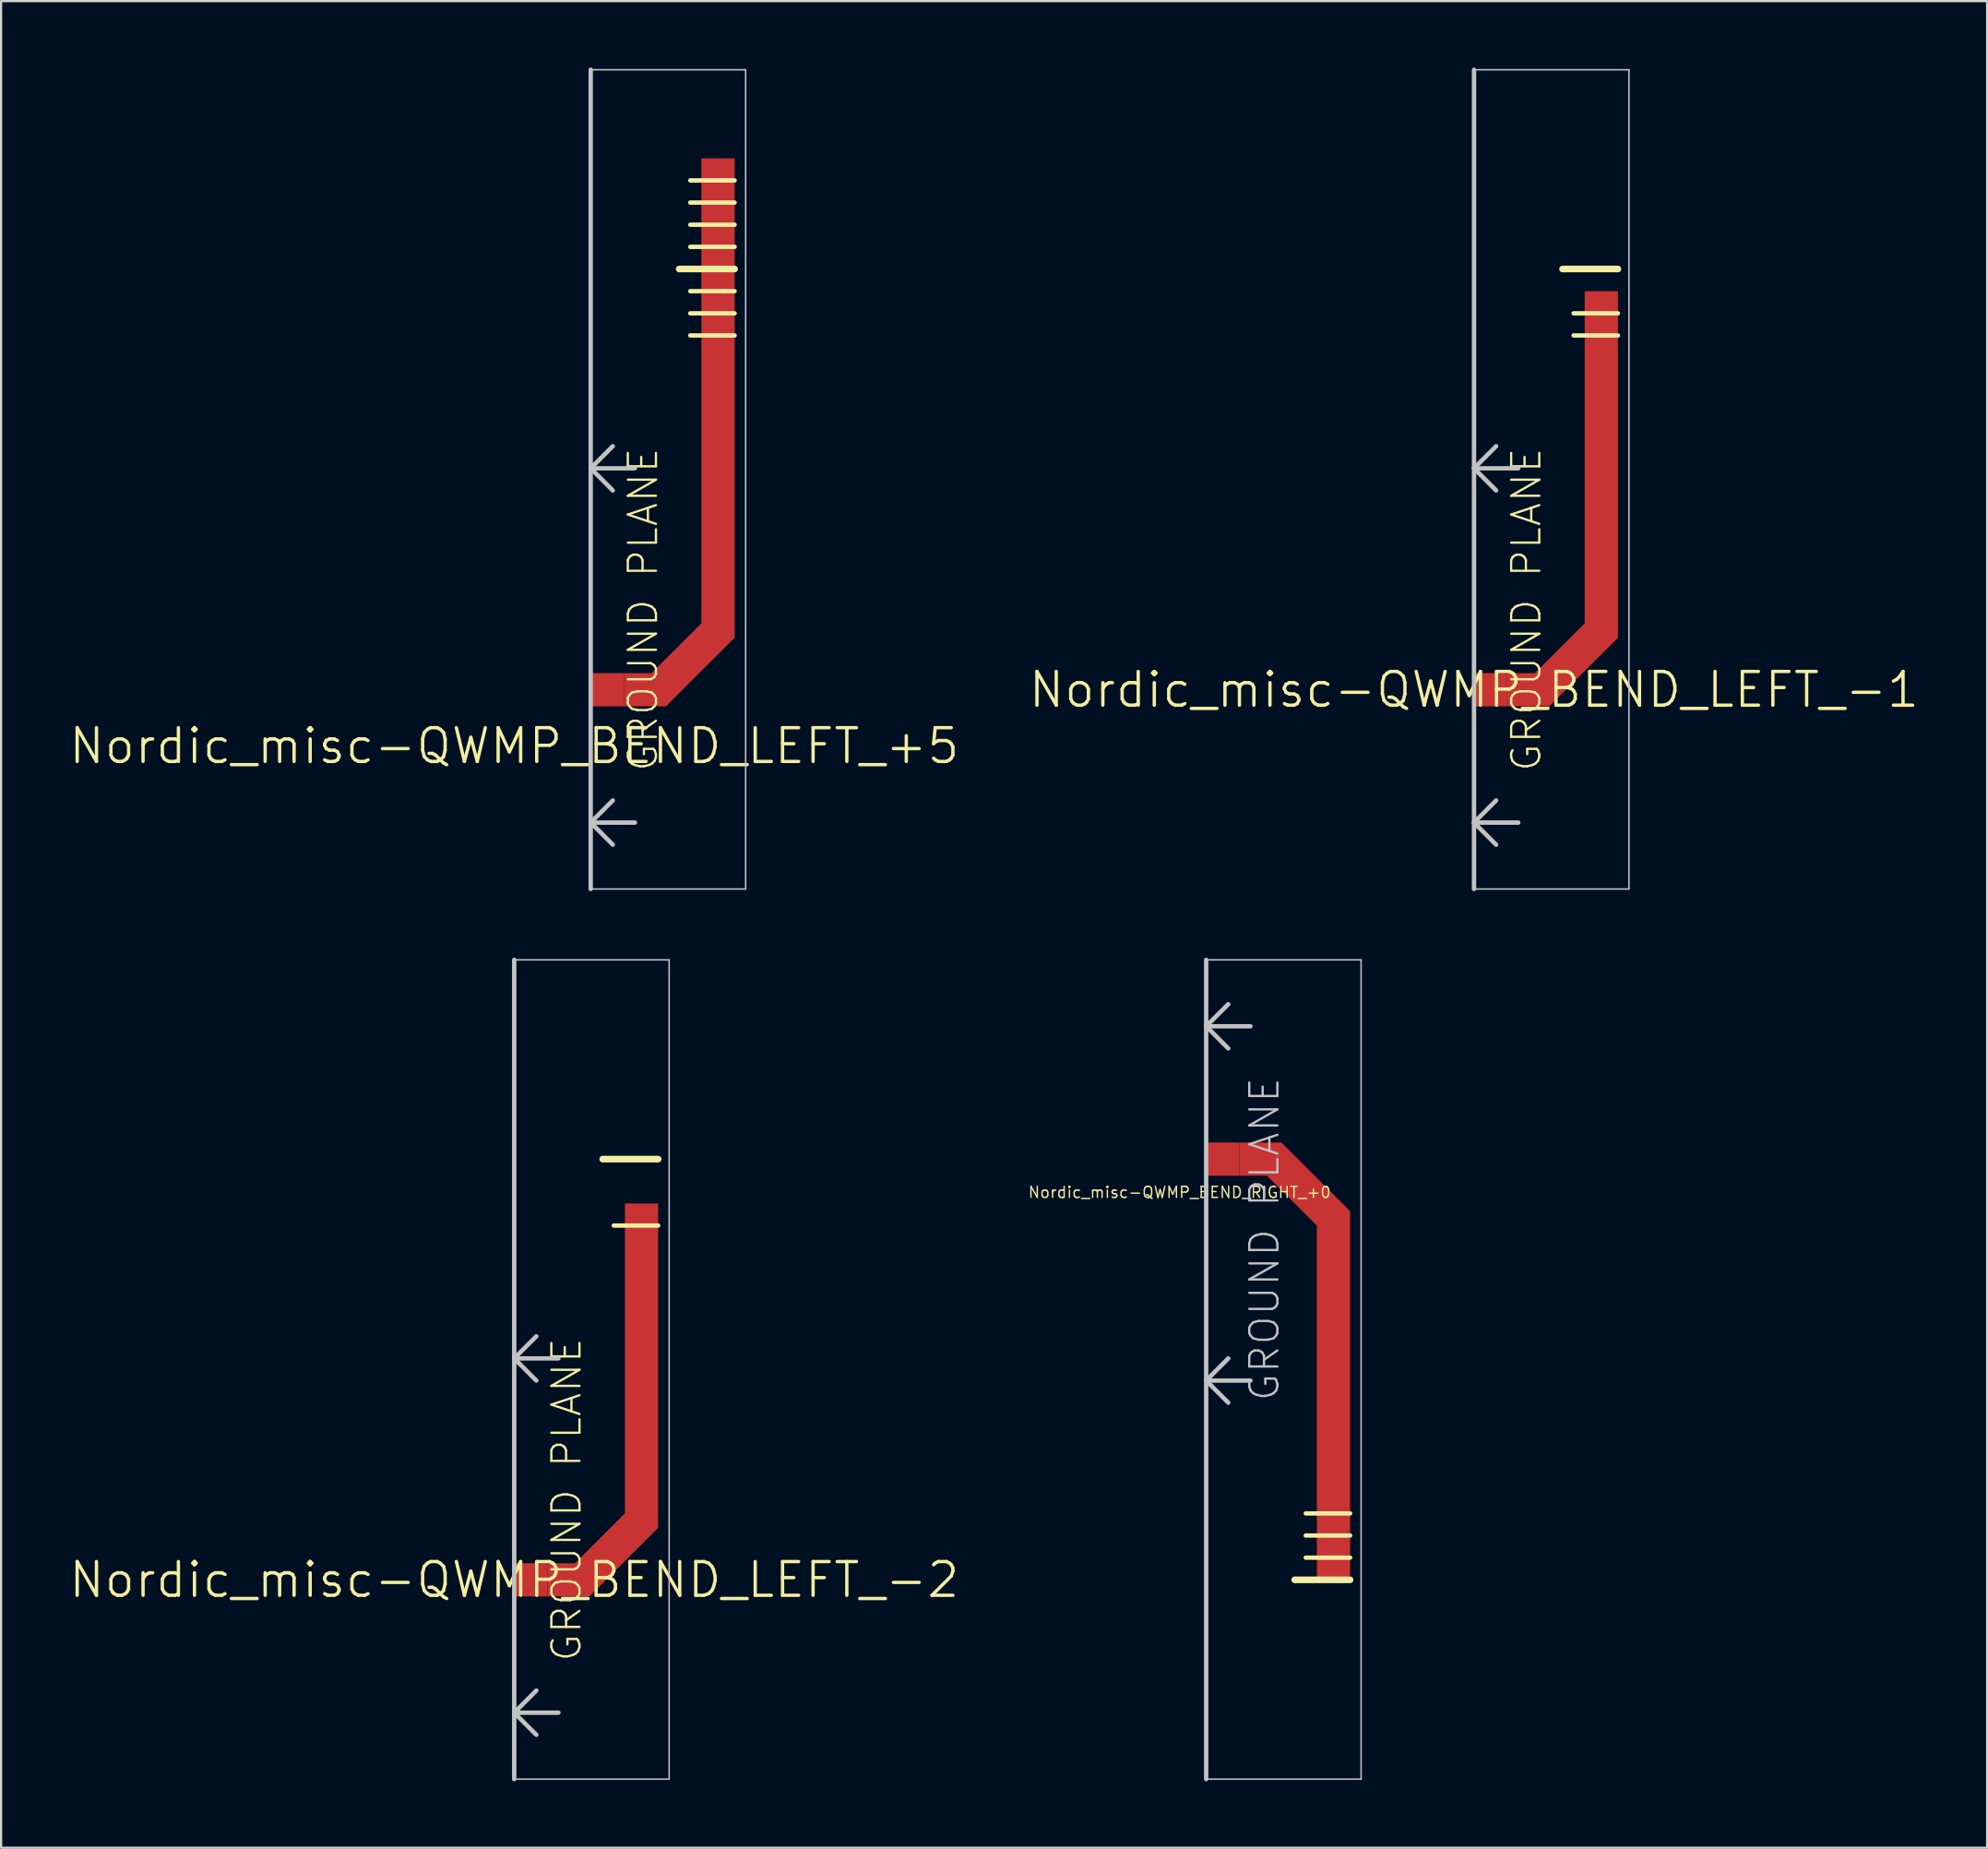
<source format=kicad_pcb>
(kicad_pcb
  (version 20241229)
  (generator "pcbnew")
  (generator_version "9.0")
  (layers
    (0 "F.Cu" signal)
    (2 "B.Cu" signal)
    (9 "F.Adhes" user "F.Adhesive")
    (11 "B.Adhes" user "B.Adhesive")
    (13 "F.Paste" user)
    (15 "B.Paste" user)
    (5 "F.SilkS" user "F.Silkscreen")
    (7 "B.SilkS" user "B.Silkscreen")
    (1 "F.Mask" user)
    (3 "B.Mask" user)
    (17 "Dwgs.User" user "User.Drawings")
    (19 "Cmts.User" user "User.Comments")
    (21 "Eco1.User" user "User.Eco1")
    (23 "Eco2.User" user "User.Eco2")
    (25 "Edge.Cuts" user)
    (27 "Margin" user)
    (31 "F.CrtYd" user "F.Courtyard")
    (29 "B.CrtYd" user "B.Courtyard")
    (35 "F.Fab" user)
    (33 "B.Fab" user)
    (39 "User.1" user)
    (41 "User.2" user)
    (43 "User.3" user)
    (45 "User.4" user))
  (footprint "Nordic_misc-QWMP_BEND_LEFT_+5"
    (layer "F.Cu")
    (at 23.629 28.097)
    (property "Reference" "Nordic_misc-QWMP_BEND_LEFT_+5" (at -3.454 2.54 0) (layer "F.SilkS") (effects (font (size 1.524 1.524) (thickness 0.15))))
    (attr smd)
    (fp_poly (pts (xy 1.499 -0.749) (xy 2.748 -0.749) (xy 4.999 -3) (xy 4.999 -23.998) (xy 6.5 -23.998) (xy 6.5 -2.349) (xy 3.399 0.749) (xy 1.499 0.749) (xy 1.499 -0.749)) (stroke (width 0) (type solid)) (fill yes) (layer "F.Cu"))
    (fp_line (start 4.498 -23) (end 6.5 -23) (stroke (width 0.198) (type solid)) (layer "F.SilkS"))
    (fp_line (start 4.498 -21.999) (end 6.5 -21.999) (stroke (width 0.198) (type solid)) (layer "F.SilkS"))
    (fp_line (start 4.498 -20.998) (end 6.5 -20.998) (stroke (width 0.198) (type solid)) (layer "F.SilkS"))
    (fp_line (start 4.498 -20) (end 6.5 -20) (stroke (width 0.198) (type solid)) (layer "F.SilkS"))
    (fp_line (start 4.498 -17.998) (end 6.5 -17.998) (stroke (width 0.198) (type solid)) (layer "F.SilkS"))
    (fp_line (start 4.498 -16.998) (end 6.5 -16.998) (stroke (width 0.198) (type solid)) (layer "F.SilkS"))
    (fp_line (start 4.498 -15.999) (end 6.5 -15.999) (stroke (width 0.198) (type solid)) (layer "F.SilkS"))
    (fp_line (start 6.5 -18.999) (end 3.998 -18.999) (stroke (width 0.3) (type solid)) (layer "F.SilkS"))
    (fp_line (start 0 -27.998) (end 0 -10) (stroke (width 0.198) (type solid)) (layer "Dwgs.User"))
    (fp_line (start 0 -27.998) (end 6.998 -27.998) (stroke (width 0.066) (type solid)) (layer "Dwgs.User"))
    (fp_line (start 0 -10) (end 0 5.999) (stroke (width 0.198) (type solid)) (layer "Dwgs.User"))
    (fp_line (start 0 -10) (end 0.998 -10.998) (stroke (width 0.198) (type solid)) (layer "Dwgs.User"))
    (fp_line (start 0 -10) (end 0.998 -8.999) (stroke (width 0.198) (type solid)) (layer "Dwgs.User"))
    (fp_line (start 0 -10) (end 1.999 -10) (stroke (width 0.198) (type solid)) (layer "Dwgs.User"))
    (fp_line (start 0 5.999) (end 0 8.999) (stroke (width 0.198) (type solid)) (layer "Dwgs.User"))
    (fp_line (start 0 5.999) (end 0.998 4.999) (stroke (width 0.198) (type solid)) (layer "Dwgs.User"))
    (fp_line (start 0 5.999) (end 0.998 6.998) (stroke (width 0.198) (type solid)) (layer "Dwgs.User"))
    (fp_line (start 0 5.999) (end 1.999 5.999) (stroke (width 0.198) (type solid)) (layer "Dwgs.User"))
    (fp_line (start 0 8.999) (end 0 -27.998) (stroke (width 0.066) (type solid)) (layer "Dwgs.User"))
    (fp_line (start 0 8.999) (end 6.998 8.999) (stroke (width 0.066) (type solid)) (layer "Dwgs.User"))
    (fp_line (start 6.998 8.999) (end 6.998 -27.998) (stroke (width 0.066) (type solid)) (layer "Dwgs.User"))
    (fp_text user "GROUND PLANE" (at 2.365 -3.619 90) (layer "F.SilkS") (effects (font (size 1.27 1.27) (thickness 0.102))))
    (pad "1" smd rect (at 0.749 0) (size 1.499 1.499) (layers "F.Cu" "F.Mask" "F.Paste")))
  (footprint "Nordic_misc-QWMP_BEND_LEFT_-2"
    (layer "F.Cu")
    (at 20.175 68.293)
    (property "Reference" "Nordic_misc-QWMP_BEND_LEFT_-2" (at 0 0 0) (layer "F.SilkS") (effects (font (size 1.524 1.524) (thickness 0.15))))
    (attr smd)
    (fp_poly (pts (xy 1.499 -0.749) (xy 2.748 -0.749) (xy 4.999 -3) (xy 4.999 -16.998) (xy 6.5 -16.998) (xy 6.5 -2.349) (xy 3.399 0.749) (xy 1.499 0.749) (xy 1.499 -0.749)) (stroke (width 0) (type solid)) (fill yes) (layer "F.Cu"))
    (fp_line (start 4.498 -15.999) (end 6.5 -15.999) (stroke (width 0.198) (type solid)) (layer "F.SilkS"))
    (fp_line (start 6.5 -18.999) (end 3.998 -18.999) (stroke (width 0.3) (type solid)) (layer "F.SilkS"))
    (fp_line (start 0 -27.998) (end 0 -10) (stroke (width 0.198) (type solid)) (layer "Dwgs.User"))
    (fp_line (start 0 -27.998) (end 6.998 -27.998) (stroke (width 0.066) (type solid)) (layer "Dwgs.User"))
    (fp_line (start 0 -10) (end 0 5.999) (stroke (width 0.198) (type solid)) (layer "Dwgs.User"))
    (fp_line (start 0 -10) (end 0.998 -10.998) (stroke (width 0.198) (type solid)) (layer "Dwgs.User"))
    (fp_line (start 0 -10) (end 0.998 -8.999) (stroke (width 0.198) (type solid)) (layer "Dwgs.User"))
    (fp_line (start 0 -10) (end 1.999 -10) (stroke (width 0.198) (type solid)) (layer "Dwgs.User"))
    (fp_line (start 0 5.999) (end 0 8.999) (stroke (width 0.198) (type solid)) (layer "Dwgs.User"))
    (fp_line (start 0 5.999) (end 0.998 4.999) (stroke (width 0.198) (type solid)) (layer "Dwgs.User"))
    (fp_line (start 0 5.999) (end 0.998 6.998) (stroke (width 0.198) (type solid)) (layer "Dwgs.User"))
    (fp_line (start 0 5.999) (end 1.999 5.999) (stroke (width 0.198) (type solid)) (layer "Dwgs.User"))
    (fp_line (start 0 8.999) (end 0 -27.998) (stroke (width 0.066) (type solid)) (layer "Dwgs.User"))
    (fp_line (start 0 8.999) (end 6.998 8.999) (stroke (width 0.066) (type solid)) (layer "Dwgs.User"))
    (fp_line (start 6.998 8.999) (end 6.998 -27.998) (stroke (width 0.066) (type solid)) (layer "Dwgs.User"))
    (fp_text user "GROUND PLANE" (at 2.365 -3.619 90) (layer "F.SilkS") (effects (font (size 1.27 1.27) (thickness 0.102))))
    (pad "P$1" smd rect (at 0.749 0) (size 1.499 1.499) (layers "F.Cu" "F.Mask" "F.Paste")))
  (footprint "Nordic_misc-QWMP_BEND_RIGHT_+0"
    (layer "F.Cu")
    (at 51.427 49.294)
    (property "Reference" "Nordic_misc-QWMP_BEND_RIGHT_+0" (at -1.2 1.5 0) (layer "F.SilkS") (effects (font (size 0.5 0.5) (thickness 0.062))))
    (attr smd)
    (fp_poly (pts (xy 1.499 0.749) (xy 2.748 0.749) (xy 4.999 3) (xy 4.999 18.999) (xy 6.5 18.999) (xy 6.5 2.349) (xy 3.399 -0.749) (xy 1.499 -0.749) (xy 1.499 0.749)) (stroke (width 0) (type solid)) (fill yes) (layer "F.Cu"))
    (fp_line (start 4.498 15.999) (end 6.5 15.999) (stroke (width 0.198) (type solid)) (layer "F.SilkS"))
    (fp_line (start 4.498 16.998) (end 6.5 16.998) (stroke (width 0.198) (type solid)) (layer "F.SilkS"))
    (fp_line (start 4.498 17.998) (end 6.5 17.998) (stroke (width 0.198) (type solid)) (layer "F.SilkS"))
    (fp_line (start 6.5 18.999) (end 3.998 18.999) (stroke (width 0.3) (type solid)) (layer "F.SilkS"))
    (fp_line (start 0 -8.999) (end 6.998 -8.999) (stroke (width 0.066) (type solid)) (layer "Dwgs.User"))
    (fp_line (start 0 -5.999) (end 0 -8.999) (stroke (width 0.198) (type solid)) (layer "Dwgs.User"))
    (fp_line (start 0 -5.999) (end 0.998 -6.998) (stroke (width 0.198) (type solid)) (layer "Dwgs.User"))
    (fp_line (start 0 -5.999) (end 0.998 -4.999) (stroke (width 0.198) (type solid)) (layer "Dwgs.User"))
    (fp_line (start 0 -5.999) (end 1.999 -5.999) (stroke (width 0.198) (type solid)) (layer "Dwgs.User"))
    (fp_line (start 0 10) (end 0 -5.999) (stroke (width 0.198) (type solid)) (layer "Dwgs.User"))
    (fp_line (start 0 10) (end 0.998 8.999) (stroke (width 0.198) (type solid)) (layer "Dwgs.User"))
    (fp_line (start 0 10) (end 0.998 10.998) (stroke (width 0.198) (type solid)) (layer "Dwgs.User"))
    (fp_line (start 0 10) (end 1.999 10) (stroke (width 0.198) (type solid)) (layer "Dwgs.User"))
    (fp_line (start 0 27.998) (end 0 -8.999) (stroke (width 0.066) (type solid)) (layer "Dwgs.User"))
    (fp_line (start 0 27.998) (end 0 10) (stroke (width 0.198) (type solid)) (layer "Dwgs.User"))
    (fp_line (start 0 27.998) (end 6.998 27.998) (stroke (width 0.066) (type solid)) (layer "Dwgs.User"))
    (fp_line (start 6.998 27.998) (end 6.998 -8.999) (stroke (width 0.066) (type solid)) (layer "Dwgs.User"))
    (fp_text user "GROUND PLANE" (at 2.634 3.619 270) (layer "Dwgs.User") (effects (font (size 1.27 1.27) (thickness 0.102))))
    (pad "P$1" smd rect (at 0.749 0) (size 1.499 1.499) (layers "F.Cu" "F.Mask" "F.Paste")))
  (footprint "Nordic_misc-QWMP_BEND_LEFT_-1"
    (layer "F.Cu")
    (at 63.525 28.097)
    (property "Reference" "Nordic_misc-QWMP_BEND_LEFT_-1" (at 0 0 0) (layer "F.SilkS") (effects (font (size 1.524 1.524) (thickness 0.15))))
    (attr smd)
    (fp_poly (pts (xy 1.499 -0.749) (xy 2.748 -0.749) (xy 4.999 -3) (xy 4.999 -17.998) (xy 6.5 -17.998) (xy 6.5 -2.349) (xy 3.399 0.749) (xy 1.499 0.749) (xy 1.499 -0.749)) (stroke (width 0) (type solid)) (fill yes) (layer "F.Cu"))
    (fp_line (start 4.498 -16.998) (end 6.5 -16.998) (stroke (width 0.198) (type solid)) (layer "F.SilkS"))
    (fp_line (start 4.498 -15.999) (end 6.5 -15.999) (stroke (width 0.198) (type solid)) (layer "F.SilkS"))
    (fp_line (start 6.5 -18.999) (end 3.998 -18.999) (stroke (width 0.3) (type solid)) (layer "F.SilkS"))
    (fp_line (start 0 -27.998) (end 0 -10) (stroke (width 0.198) (type solid)) (layer "Dwgs.User"))
    (fp_line (start 0 -27.998) (end 6.998 -27.998) (stroke (width 0.066) (type solid)) (layer "Dwgs.User"))
    (fp_line (start 0 -10) (end 0 5.999) (stroke (width 0.198) (type solid)) (layer "Dwgs.User"))
    (fp_line (start 0 -10) (end 0.998 -10.998) (stroke (width 0.198) (type solid)) (layer "Dwgs.User"))
    (fp_line (start 0 -10) (end 0.998 -8.999) (stroke (width 0.198) (type solid)) (layer "Dwgs.User"))
    (fp_line (start 0 -10) (end 1.999 -10) (stroke (width 0.198) (type solid)) (layer "Dwgs.User"))
    (fp_line (start 0 5.999) (end 0 8.999) (stroke (width 0.198) (type solid)) (layer "Dwgs.User"))
    (fp_line (start 0 5.999) (end 0.998 4.999) (stroke (width 0.198) (type solid)) (layer "Dwgs.User"))
    (fp_line (start 0 5.999) (end 0.998 6.998) (stroke (width 0.198) (type solid)) (layer "Dwgs.User"))
    (fp_line (start 0 5.999) (end 1.999 5.999) (stroke (width 0.198) (type solid)) (layer "Dwgs.User"))
    (fp_line (start 0 8.999) (end 0 -27.998) (stroke (width 0.066) (type solid)) (layer "Dwgs.User"))
    (fp_line (start 0 8.999) (end 6.998 8.999) (stroke (width 0.066) (type solid)) (layer "Dwgs.User"))
    (fp_line (start 6.998 8.999) (end 6.998 -27.998) (stroke (width 0.066) (type solid)) (layer "Dwgs.User"))
    (fp_text user "GROUND PLANE" (at 2.365 -3.619 90) (layer "F.SilkS") (effects (font (size 1.27 1.27) (thickness 0.102))))
    (pad "P$1" smd rect (at 0.749 0) (size 1.499 1.499) (layers "F.Cu" "F.Mask" "F.Paste")))
  (gr_rect
    (start -3 -3)
    (end 86.7 80.392)
    (stroke (width 0.1) (type default))
    (fill no)
    (layer "Edge.Cuts")))
</source>
